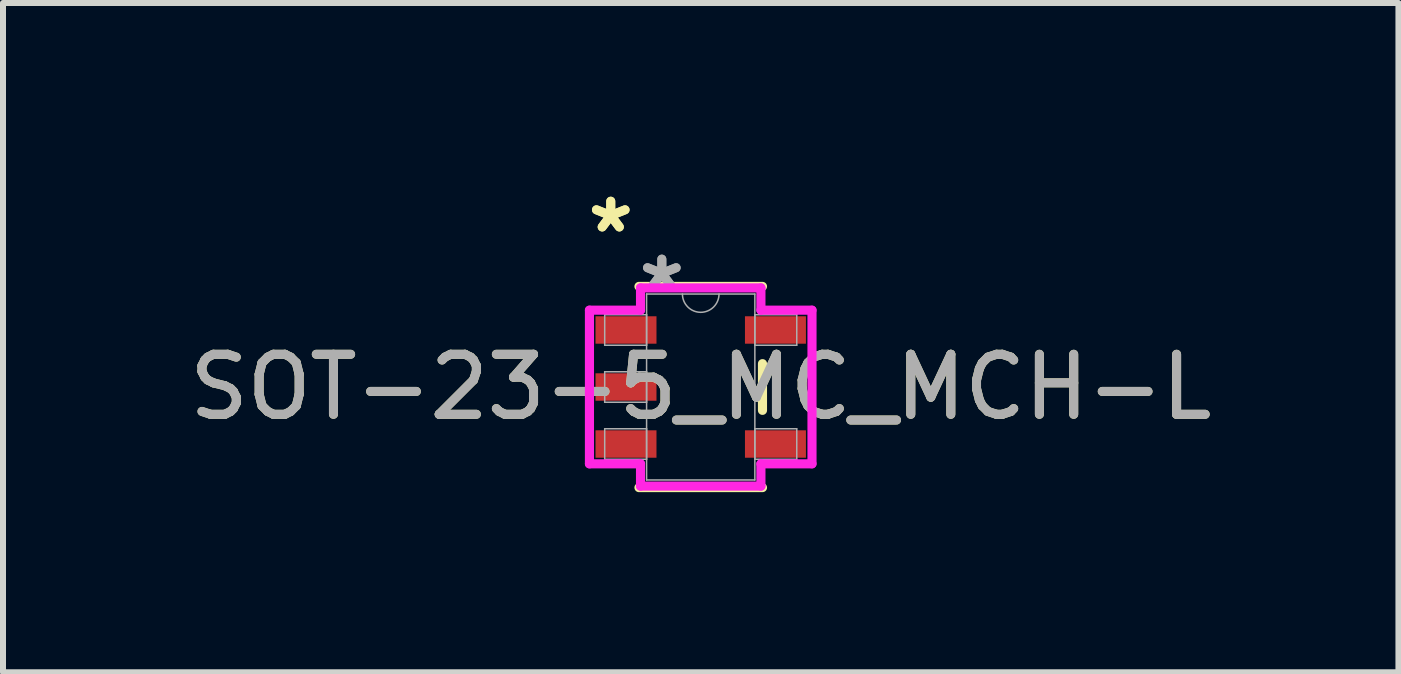
<source format=kicad_pcb>
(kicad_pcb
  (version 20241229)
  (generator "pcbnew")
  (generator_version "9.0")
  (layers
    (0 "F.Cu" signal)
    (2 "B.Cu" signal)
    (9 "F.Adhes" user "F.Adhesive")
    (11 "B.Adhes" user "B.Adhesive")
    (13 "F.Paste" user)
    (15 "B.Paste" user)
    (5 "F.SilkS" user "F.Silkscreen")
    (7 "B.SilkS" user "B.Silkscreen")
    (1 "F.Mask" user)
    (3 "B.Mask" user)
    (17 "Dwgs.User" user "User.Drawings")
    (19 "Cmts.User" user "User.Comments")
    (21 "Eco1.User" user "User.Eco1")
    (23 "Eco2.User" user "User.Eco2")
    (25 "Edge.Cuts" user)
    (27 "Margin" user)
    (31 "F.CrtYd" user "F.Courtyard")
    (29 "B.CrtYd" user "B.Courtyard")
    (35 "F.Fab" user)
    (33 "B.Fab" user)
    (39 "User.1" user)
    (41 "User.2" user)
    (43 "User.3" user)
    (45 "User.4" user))
  (footprint "SOT-23-5_MC_MCH-L"
    (layer "F.Cu")
    (at 8.625 3.398)
    (property "Reference" "SOT-23-5_MC_MCH-L" (at 0 0 0) (unlocked yes) (layer "F.SilkS") (effects (font (size 1 1) (thickness 0.15))))
    (attr smd)
    (fp_line (start -1.029 1.676) (end 1.029 1.676) (stroke (width 0.152) (type solid)) (layer "F.SilkS"))
    (fp_line (start 1.029 -1.676) (end -1.029 -1.676) (stroke (width 0.152) (type solid)) (layer "F.SilkS"))
    (fp_line (start 1.029 0.389) (end 1.029 -0.389) (stroke (width 0.152) (type solid)) (layer "F.SilkS"))
    (fp_line (start -1.854 -1.28) (end -1.003 -1.28) (stroke (width 0.152) (type solid)) (layer "F.CrtYd"))
    (fp_line (start -1.854 1.28) (end -1.854 -1.28) (stroke (width 0.152) (type solid)) (layer "F.CrtYd"))
    (fp_line (start -1.003 -1.651) (end 1.003 -1.651) (stroke (width 0.152) (type solid)) (layer "F.CrtYd"))
    (fp_line (start -1.003 -1.28) (end -1.003 -1.651) (stroke (width 0.152) (type solid)) (layer "F.CrtYd"))
    (fp_line (start -1.003 1.28) (end -1.854 1.28) (stroke (width 0.152) (type solid)) (layer "F.CrtYd"))
    (fp_line (start -1.003 1.651) (end -1.003 1.28) (stroke (width 0.152) (type solid)) (layer "F.CrtYd"))
    (fp_line (start 1.003 -1.651) (end 1.003 -1.28) (stroke (width 0.152) (type solid)) (layer "F.CrtYd"))
    (fp_line (start 1.003 -1.28) (end 1.854 -1.28) (stroke (width 0.152) (type solid)) (layer "F.CrtYd"))
    (fp_line (start 1.003 1.28) (end 1.003 1.651) (stroke (width 0.152) (type solid)) (layer "F.CrtYd"))
    (fp_line (start 1.003 1.651) (end -1.003 1.651) (stroke (width 0.152) (type solid)) (layer "F.CrtYd"))
    (fp_line (start 1.854 -1.28) (end 1.854 1.28) (stroke (width 0.152) (type solid)) (layer "F.CrtYd"))
    (fp_line (start 1.854 1.28) (end 1.003 1.28) (stroke (width 0.152) (type solid)) (layer "F.CrtYd"))
    (fp_line (start -1.6 -1.204) (end -1.6 -0.696) (stroke (width 0.025) (type solid)) (layer "F.Fab"))
    (fp_line (start -1.6 -0.696) (end -0.902 -0.696) (stroke (width 0.025) (type solid)) (layer "F.Fab"))
    (fp_line (start -1.6 -0.254) (end -1.6 0.254) (stroke (width 0.025) (type solid)) (layer "F.Fab"))
    (fp_line (start -1.6 0.254) (end -0.902 0.254) (stroke (width 0.025) (type solid)) (layer "F.Fab"))
    (fp_line (start -1.6 0.696) (end -1.6 1.204) (stroke (width 0.025) (type solid)) (layer "F.Fab"))
    (fp_line (start -1.6 1.204) (end -0.902 1.204) (stroke (width 0.025) (type solid)) (layer "F.Fab"))
    (fp_line (start -0.902 -1.549) (end -0.902 1.549) (stroke (width 0.025) (type solid)) (layer "F.Fab"))
    (fp_line (start -0.902 -1.204) (end -1.6 -1.204) (stroke (width 0.025) (type solid)) (layer "F.Fab"))
    (fp_line (start -0.902 -0.696) (end -0.902 -1.204) (stroke (width 0.025) (type solid)) (layer "F.Fab"))
    (fp_line (start -0.902 -0.254) (end -1.6 -0.254) (stroke (width 0.025) (type solid)) (layer "F.Fab"))
    (fp_line (start -0.902 0.254) (end -0.902 -0.254) (stroke (width 0.025) (type solid)) (layer "F.Fab"))
    (fp_line (start -0.902 0.696) (end -1.6 0.696) (stroke (width 0.025) (type solid)) (layer "F.Fab"))
    (fp_line (start -0.902 1.204) (end -0.902 0.696) (stroke (width 0.025) (type solid)) (layer "F.Fab"))
    (fp_line (start -0.902 1.549) (end 0.902 1.549) (stroke (width 0.025) (type solid)) (layer "F.Fab"))
    (fp_line (start 0.902 -1.549) (end -0.902 -1.549) (stroke (width 0.025) (type solid)) (layer "F.Fab"))
    (fp_line (start 0.902 -1.204) (end 0.902 -0.696) (stroke (width 0.025) (type solid)) (layer "F.Fab"))
    (fp_line (start 0.902 -0.696) (end 1.6 -0.696) (stroke (width 0.025) (type solid)) (layer "F.Fab"))
    (fp_line (start 0.902 0.696) (end 0.902 1.204) (stroke (width 0.025) (type solid)) (layer "F.Fab"))
    (fp_line (start 0.902 1.204) (end 1.6 1.204) (stroke (width 0.025) (type solid)) (layer "F.Fab"))
    (fp_line (start 0.902 1.549) (end 0.902 -1.549) (stroke (width 0.025) (type solid)) (layer "F.Fab"))
    (fp_line (start 1.6 -1.204) (end 0.902 -1.204) (stroke (width 0.025) (type solid)) (layer "F.Fab"))
    (fp_line (start 1.6 -0.696) (end 1.6 -1.204) (stroke (width 0.025) (type solid)) (layer "F.Fab"))
    (fp_line (start 1.6 0.696) (end 0.902 0.696) (stroke (width 0.025) (type solid)) (layer "F.Fab"))
    (fp_line (start 1.6 1.204) (end 1.6 0.696) (stroke (width 0.025) (type solid)) (layer "F.Fab"))
    (fp_arc (start 0.3048 -1.5494) (mid 0 -1.2446) (end -0.3048 -1.5494) (stroke (width 0.0254) (type solid)) (layer "F.Fab"))
    (fp_text user "*" (at -1.499 -2.55 0) (unlocked yes) (layer "F.SilkS") (effects (font (size 1 1) (thickness 0.15))))
    (fp_text user "*" (at -1.499 -2.55 0) (layer "F.SilkS") (effects (font (size 1 1) (thickness 0.15))))
    (fp_text user "${REFERENCE}" (at 0 0 0) (unlocked yes) (layer "F.Fab") (effects (font (size 1 1) (thickness 0.15))))
    (fp_text user "*" (at -0.648 -1.585 0) (unlocked yes) (layer "F.Fab") (effects (font (size 1 1) (thickness 0.15))))
    (fp_text user "*" (at -0.648 -1.585 0) (layer "F.Fab") (effects (font (size 1 1) (thickness 0.15))))
    (pad "1" smd rect (at -1.245 -0.95) (size 1.016 0.457) (layers "F.Cu" "F.Mask" "F.Paste"))
    (pad "2" smd rect (at -1.245 0) (size 1.016 0.457) (layers "F.Cu" "F.Mask" "F.Paste"))
    (pad "3" smd rect (at -1.245 0.95) (size 1.016 0.457) (layers "F.Cu" "F.Mask" "F.Paste"))
    (pad "4" smd rect (at 1.245 0.95) (size 1.016 0.457) (layers "F.Cu" "F.Mask" "F.Paste"))
    (pad "5" smd rect (at 1.245 -0.95) (size 1.016 0.457) (layers "F.Cu" "F.Mask" "F.Paste")))
  (gr_rect
    (start -3 -3)
    (end 20.25 8.151)
    (stroke (width 0.1) (type default))
    (fill no)
    (layer "Edge.Cuts")))
</source>
